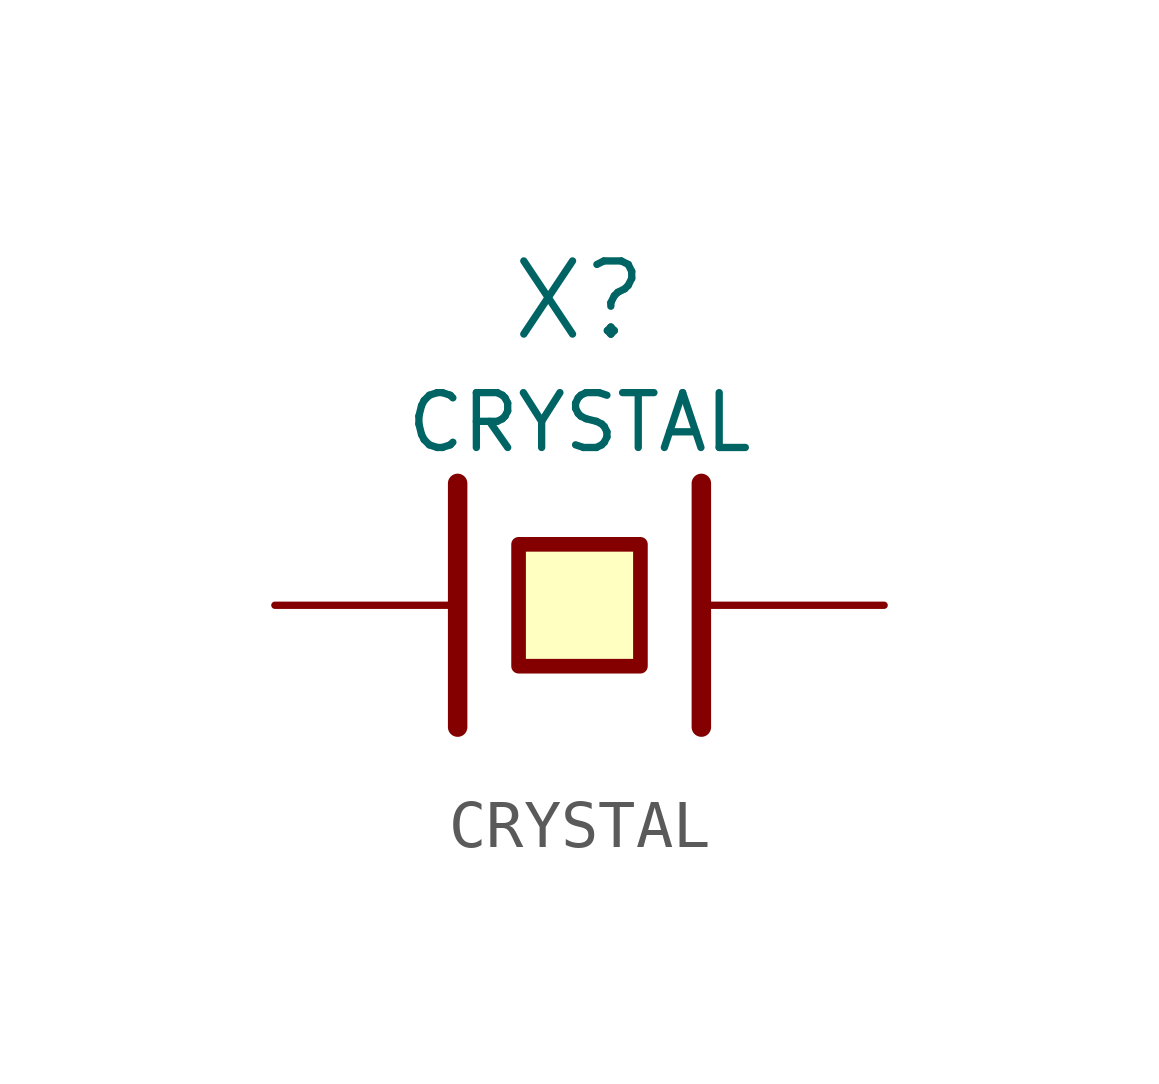
<source format=kicad_sym>
(kicad_symbol_lib
  (version 20211014)
  (generator kicad_symbol_editor)
  (symbol "CRYSTAL"
    (pin_numbers hide)
    (pin_names
      (offset 1.016) hide)
    (property "Reference" "X"
      (at 0 6.35 0)
      (effects (font (size 1.524 1.524))))
    (property "Value" "CRYSTAL"
      (at 0 3.81 0)
      (effects (font (size 1.143 1.143))))
    (property "Footprint" ""
      (at 0 0 0)
      (effects (font (size 1.524 1.524))))
    (property "Datasheet" ""
      (at 0 0 0)
      (effects (font (size 1.524 1.524))))
    (symbol "CRYSTAL_0_1"
      (polyline (pts (xy -2.54 2.54) (xy -2.54 -2.54)) (stroke (width 0.406) (type default) (color 0 0 0 0)) (fill (type none)))
      (polyline (pts (xy 2.54 2.54) (xy 2.54 -2.54)) (stroke (width 0.406) (type default) (color 0 0 0 0)) (fill (type none)))
      (polyline (pts (xy -1.27 1.27) (xy 1.27 1.27) (xy 1.27 -1.27) (xy -1.27 -1.27) (xy -1.27 1.27)) (stroke (width 0.305) (type default) (color 0 0 0 0)) (fill (type background))))
    (symbol "CRYSTAL_1_1"
      (pin passive line (at -6.35 0 0) (length 3.81) (name "1" (effects (font (size 1.016 1.016)))) (number "1" (effects (font (size 1.016 1.016)))))
      (pin passive line (at 6.35 0 180) (length 3.81) (name "2" (effects (font (size 1.016 1.016)))) (number "2" (effects (font (size 1.016 1.016))))))))
</source>
